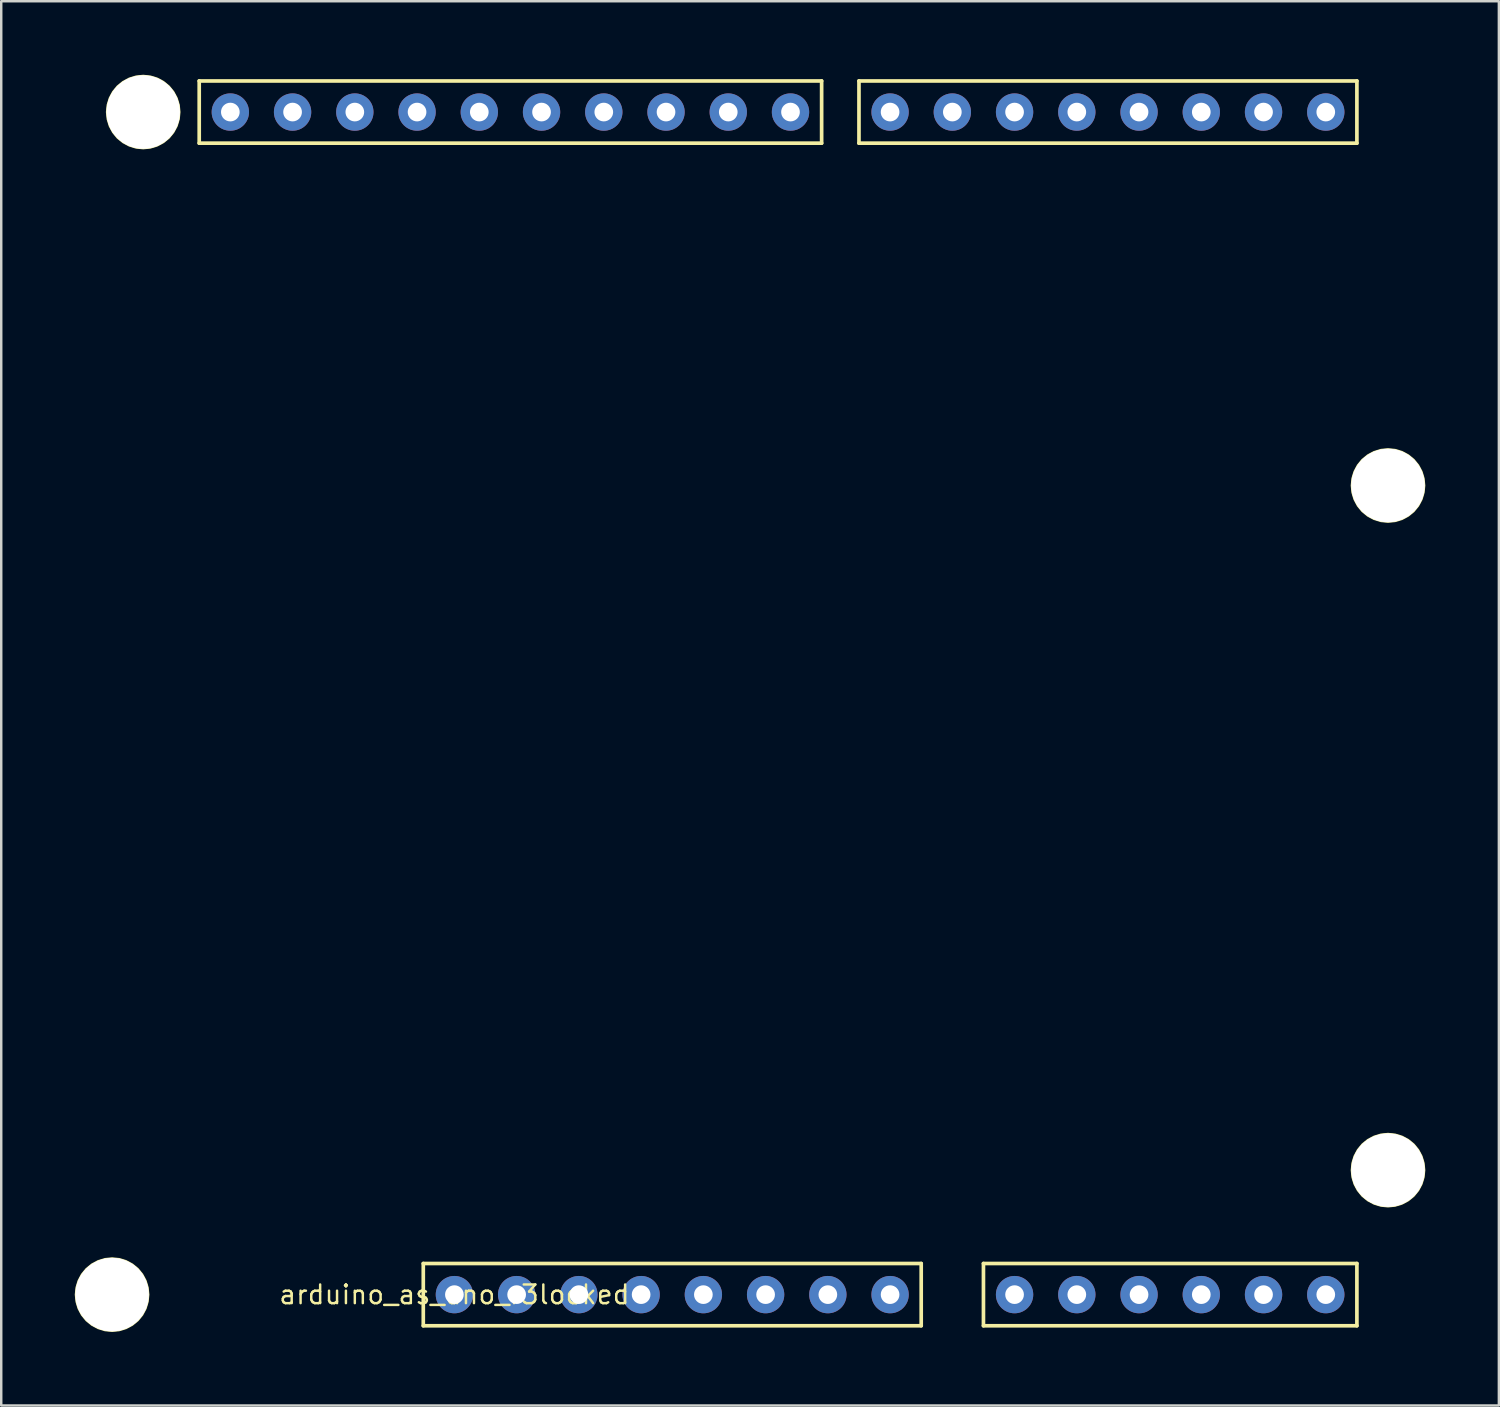
<source format=kicad_pcb>
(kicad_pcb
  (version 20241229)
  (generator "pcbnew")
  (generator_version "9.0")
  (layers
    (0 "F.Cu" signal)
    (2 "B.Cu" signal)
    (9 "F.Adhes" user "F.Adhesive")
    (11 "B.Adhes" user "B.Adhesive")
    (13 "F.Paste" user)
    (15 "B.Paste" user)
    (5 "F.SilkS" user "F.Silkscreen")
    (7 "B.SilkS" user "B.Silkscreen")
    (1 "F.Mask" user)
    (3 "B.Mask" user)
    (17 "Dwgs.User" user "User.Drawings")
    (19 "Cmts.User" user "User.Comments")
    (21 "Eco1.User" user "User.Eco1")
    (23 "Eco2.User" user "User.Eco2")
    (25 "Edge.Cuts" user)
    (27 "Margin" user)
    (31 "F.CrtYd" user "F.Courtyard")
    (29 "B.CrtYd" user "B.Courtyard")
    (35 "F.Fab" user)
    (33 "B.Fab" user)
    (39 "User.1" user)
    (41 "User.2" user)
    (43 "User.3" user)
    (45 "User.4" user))
  (footprint "arduino_as_uno_r3locked"
    (layer "F.Cu")
    (at 15.494 49.783)
    (property "Reference" "arduino_as_uno_r3locked" (at 0 0 0) (layer "F.SilkS") (effects (font (size 0.762 0.762) (thickness 0.1))))
    (attr through_hole)
    (fp_poly (pts (xy -12.47 0) (xy -12.499 -0.293) (xy -12.584 -0.574) (xy -12.723 -0.833) (xy -12.909 -1.061) (xy -13.137 -1.247) (xy -13.396 -1.386) (xy -13.677 -1.471) (xy -13.97 -1.5) (xy -14.263 -1.471) (xy -14.544 -1.386) (xy -14.803 -1.247) (xy -15.031 -1.061) (xy -15.217 -0.833) (xy -15.356 -0.574) (xy -15.441 -0.293) (xy -15.47 0) (xy -15.441 0.293) (xy -15.356 0.574) (xy -15.217 0.833) (xy -15.031 1.061) (xy -14.803 1.247) (xy -14.544 1.386) (xy -14.263 1.471) (xy -13.97 1.5) (xy -13.677 1.471) (xy -13.396 1.386) (xy -13.137 1.247) (xy -12.909 1.061) (xy -12.723 0.833) (xy -12.584 0.574) (xy -12.499 0.293)) (stroke (width 0) (type solid)) (fill yes) (layer "F.Mask"))
    (fp_poly (pts (xy -11.2 -48.26) (xy -11.229 -48.553) (xy -11.314 -48.834) (xy -11.453 -49.093) (xy -11.639 -49.321) (xy -11.867 -49.507) (xy -12.126 -49.646) (xy -12.407 -49.731) (xy -12.7 -49.76) (xy -12.993 -49.731) (xy -13.274 -49.646) (xy -13.533 -49.507) (xy -13.761 -49.321) (xy -13.947 -49.093) (xy -14.086 -48.834) (xy -14.171 -48.553) (xy -14.2 -48.26) (xy -14.171 -47.967) (xy -14.086 -47.686) (xy -13.947 -47.427) (xy -13.761 -47.199) (xy -13.533 -47.013) (xy -13.274 -46.874) (xy -12.993 -46.789) (xy -12.7 -46.76) (xy -12.407 -46.789) (xy -12.126 -46.874) (xy -11.867 -47.013) (xy -11.639 -47.199) (xy -11.453 -47.427) (xy -11.314 -47.686) (xy -11.229 -47.967)) (stroke (width 0) (type solid)) (fill yes) (layer "F.Mask"))
    (fp_poly (pts (xy -8.232 -48.26) (xy -8.25 -48.438) (xy -8.301 -48.609) (xy -8.386 -48.767) (xy -8.499 -48.905) (xy -8.637 -49.018) (xy -8.795 -49.103) (xy -8.966 -49.154) (xy -9.144 -49.172) (xy -9.322 -49.154) (xy -9.493 -49.103) (xy -9.651 -49.018) (xy -9.789 -48.905) (xy -9.902 -48.767) (xy -9.987 -48.609) (xy -10.038 -48.438) (xy -10.056 -48.26) (xy -10.038 -48.082) (xy -9.987 -47.911) (xy -9.902 -47.753) (xy -9.789 -47.615) (xy -9.651 -47.502) (xy -9.493 -47.417) (xy -9.322 -47.366) (xy -9.144 -47.348) (xy -8.966 -47.366) (xy -8.795 -47.417) (xy -8.637 -47.502) (xy -8.499 -47.615) (xy -8.386 -47.753) (xy -8.301 -47.911) (xy -8.25 -48.082)) (stroke (width 0) (type solid)) (fill yes) (layer "F.Mask"))
    (fp_poly (pts (xy -5.692 -48.26) (xy -5.71 -48.438) (xy -5.761 -48.609) (xy -5.846 -48.767) (xy -5.959 -48.905) (xy -6.097 -49.018) (xy -6.255 -49.103) (xy -6.426 -49.154) (xy -6.604 -49.172) (xy -6.782 -49.154) (xy -6.953 -49.103) (xy -7.111 -49.018) (xy -7.249 -48.905) (xy -7.362 -48.767) (xy -7.447 -48.609) (xy -7.498 -48.438) (xy -7.516 -48.26) (xy -7.498 -48.082) (xy -7.447 -47.911) (xy -7.362 -47.753) (xy -7.249 -47.615) (xy -7.111 -47.502) (xy -6.953 -47.417) (xy -6.782 -47.366) (xy -6.604 -47.348) (xy -6.426 -47.366) (xy -6.255 -47.417) (xy -6.097 -47.502) (xy -5.959 -47.615) (xy -5.846 -47.753) (xy -5.761 -47.911) (xy -5.71 -48.082)) (stroke (width 0) (type solid)) (fill yes) (layer "F.Mask"))
    (fp_poly (pts (xy -3.152 -48.26) (xy -3.17 -48.438) (xy -3.221 -48.609) (xy -3.306 -48.767) (xy -3.419 -48.905) (xy -3.557 -49.018) (xy -3.715 -49.103) (xy -3.886 -49.154) (xy -4.064 -49.172) (xy -4.242 -49.154) (xy -4.413 -49.103) (xy -4.571 -49.018) (xy -4.709 -48.905) (xy -4.822 -48.767) (xy -4.907 -48.609) (xy -4.958 -48.438) (xy -4.976 -48.26) (xy -4.958 -48.082) (xy -4.907 -47.911) (xy -4.822 -47.753) (xy -4.709 -47.615) (xy -4.571 -47.502) (xy -4.413 -47.417) (xy -4.242 -47.366) (xy -4.064 -47.348) (xy -3.886 -47.366) (xy -3.715 -47.417) (xy -3.557 -47.502) (xy -3.419 -47.615) (xy -3.306 -47.753) (xy -3.221 -47.911) (xy -3.17 -48.082)) (stroke (width 0) (type solid)) (fill yes) (layer "F.Mask"))
    (fp_poly (pts (xy -0.612 -48.26) (xy -0.63 -48.438) (xy -0.681 -48.609) (xy -0.766 -48.767) (xy -0.879 -48.905) (xy -1.017 -49.018) (xy -1.175 -49.103) (xy -1.346 -49.154) (xy -1.524 -49.172) (xy -1.702 -49.154) (xy -1.873 -49.103) (xy -2.031 -49.018) (xy -2.169 -48.905) (xy -2.282 -48.767) (xy -2.367 -48.609) (xy -2.418 -48.438) (xy -2.436 -48.26) (xy -2.418 -48.082) (xy -2.367 -47.911) (xy -2.282 -47.753) (xy -2.169 -47.615) (xy -2.031 -47.502) (xy -1.873 -47.417) (xy -1.702 -47.366) (xy -1.524 -47.348) (xy -1.346 -47.366) (xy -1.175 -47.417) (xy -1.017 -47.502) (xy -0.879 -47.615) (xy -0.766 -47.753) (xy -0.681 -47.911) (xy -0.63 -48.082)) (stroke (width 0) (type solid)) (fill yes) (layer "F.Mask"))
    (fp_poly (pts (xy 0.912 0) (xy 0.894 -0.178) (xy 0.843 -0.349) (xy 0.758 -0.507) (xy 0.645 -0.645) (xy 0.507 -0.758) (xy 0.349 -0.843) (xy 0.178 -0.894) (xy 0 -0.912) (xy -0.178 -0.894) (xy -0.349 -0.843) (xy -0.507 -0.758) (xy -0.645 -0.645) (xy -0.758 -0.507) (xy -0.843 -0.349) (xy -0.894 -0.178) (xy -0.912 0) (xy -0.894 0.178) (xy -0.843 0.349) (xy -0.758 0.507) (xy -0.645 0.645) (xy -0.507 0.758) (xy -0.349 0.843) (xy -0.178 0.894) (xy 0 0.912) (xy 0.178 0.894) (xy 0.349 0.843) (xy 0.507 0.758) (xy 0.645 0.645) (xy 0.758 0.507) (xy 0.843 0.349) (xy 0.894 0.178)) (stroke (width 0) (type solid)) (fill yes) (layer "F.Mask"))
    (fp_poly (pts (xy 1.928 -48.26) (xy 1.91 -48.438) (xy 1.859 -48.609) (xy 1.774 -48.767) (xy 1.661 -48.905) (xy 1.523 -49.018) (xy 1.365 -49.103) (xy 1.194 -49.154) (xy 1.016 -49.172) (xy 0.838 -49.154) (xy 0.667 -49.103) (xy 0.509 -49.018) (xy 0.371 -48.905) (xy 0.258 -48.767) (xy 0.173 -48.609) (xy 0.122 -48.438) (xy 0.104 -48.26) (xy 0.122 -48.082) (xy 0.173 -47.911) (xy 0.258 -47.753) (xy 0.371 -47.615) (xy 0.509 -47.502) (xy 0.667 -47.417) (xy 0.838 -47.366) (xy 1.016 -47.348) (xy 1.194 -47.366) (xy 1.365 -47.417) (xy 1.523 -47.502) (xy 1.661 -47.615) (xy 1.774 -47.753) (xy 1.859 -47.911) (xy 1.91 -48.082)) (stroke (width 0) (type solid)) (fill yes) (layer "F.Mask"))
    (fp_poly (pts (xy 3.452 0) (xy 3.434 -0.178) (xy 3.383 -0.349) (xy 3.298 -0.507) (xy 3.185 -0.645) (xy 3.047 -0.758) (xy 2.889 -0.843) (xy 2.718 -0.894) (xy 2.54 -0.912) (xy 2.362 -0.894) (xy 2.191 -0.843) (xy 2.033 -0.758) (xy 1.895 -0.645) (xy 1.782 -0.507) (xy 1.697 -0.349) (xy 1.646 -0.178) (xy 1.628 0) (xy 1.646 0.178) (xy 1.697 0.349) (xy 1.782 0.507) (xy 1.895 0.645) (xy 2.033 0.758) (xy 2.191 0.843) (xy 2.362 0.894) (xy 2.54 0.912) (xy 2.718 0.894) (xy 2.889 0.843) (xy 3.047 0.758) (xy 3.185 0.645) (xy 3.298 0.507) (xy 3.383 0.349) (xy 3.434 0.178)) (stroke (width 0) (type solid)) (fill yes) (layer "F.Mask"))
    (fp_poly (pts (xy 4.468 -48.26) (xy 4.45 -48.438) (xy 4.399 -48.609) (xy 4.314 -48.767) (xy 4.201 -48.905) (xy 4.063 -49.018) (xy 3.905 -49.103) (xy 3.734 -49.154) (xy 3.556 -49.172) (xy 3.378 -49.154) (xy 3.207 -49.103) (xy 3.049 -49.018) (xy 2.911 -48.905) (xy 2.798 -48.767) (xy 2.713 -48.609) (xy 2.662 -48.438) (xy 2.644 -48.26) (xy 2.662 -48.082) (xy 2.713 -47.911) (xy 2.798 -47.753) (xy 2.911 -47.615) (xy 3.049 -47.502) (xy 3.207 -47.417) (xy 3.378 -47.366) (xy 3.556 -47.348) (xy 3.734 -47.366) (xy 3.905 -47.417) (xy 4.063 -47.502) (xy 4.201 -47.615) (xy 4.314 -47.753) (xy 4.399 -47.911) (xy 4.45 -48.082)) (stroke (width 0) (type solid)) (fill yes) (layer "F.Mask"))
    (fp_poly (pts (xy 5.992 0) (xy 5.974 -0.178) (xy 5.923 -0.349) (xy 5.838 -0.507) (xy 5.725 -0.645) (xy 5.587 -0.758) (xy 5.429 -0.843) (xy 5.258 -0.894) (xy 5.08 -0.912) (xy 4.902 -0.894) (xy 4.731 -0.843) (xy 4.573 -0.758) (xy 4.435 -0.645) (xy 4.322 -0.507) (xy 4.237 -0.349) (xy 4.186 -0.178) (xy 4.168 0) (xy 4.186 0.178) (xy 4.237 0.349) (xy 4.322 0.507) (xy 4.435 0.645) (xy 4.573 0.758) (xy 4.731 0.843) (xy 4.902 0.894) (xy 5.08 0.912) (xy 5.258 0.894) (xy 5.429 0.843) (xy 5.587 0.758) (xy 5.725 0.645) (xy 5.838 0.507) (xy 5.923 0.349) (xy 5.974 0.178)) (stroke (width 0) (type solid)) (fill yes) (layer "F.Mask"))
    (fp_poly (pts (xy 7.008 -48.26) (xy 6.99 -48.438) (xy 6.939 -48.609) (xy 6.854 -48.767) (xy 6.741 -48.905) (xy 6.603 -49.018) (xy 6.445 -49.103) (xy 6.274 -49.154) (xy 6.096 -49.172) (xy 5.918 -49.154) (xy 5.747 -49.103) (xy 5.589 -49.018) (xy 5.451 -48.905) (xy 5.338 -48.767) (xy 5.253 -48.609) (xy 5.202 -48.438) (xy 5.184 -48.26) (xy 5.202 -48.082) (xy 5.253 -47.911) (xy 5.338 -47.753) (xy 5.451 -47.615) (xy 5.589 -47.502) (xy 5.747 -47.417) (xy 5.918 -47.366) (xy 6.096 -47.348) (xy 6.274 -47.366) (xy 6.445 -47.417) (xy 6.603 -47.502) (xy 6.741 -47.615) (xy 6.854 -47.753) (xy 6.939 -47.911) (xy 6.99 -48.082)) (stroke (width 0) (type solid)) (fill yes) (layer "F.Mask"))
    (fp_poly (pts (xy 8.532 0) (xy 8.514 -0.178) (xy 8.463 -0.349) (xy 8.378 -0.507) (xy 8.265 -0.645) (xy 8.127 -0.758) (xy 7.969 -0.843) (xy 7.798 -0.894) (xy 7.62 -0.912) (xy 7.442 -0.894) (xy 7.271 -0.843) (xy 7.113 -0.758) (xy 6.975 -0.645) (xy 6.862 -0.507) (xy 6.777 -0.349) (xy 6.726 -0.178) (xy 6.708 0) (xy 6.726 0.178) (xy 6.777 0.349) (xy 6.862 0.507) (xy 6.975 0.645) (xy 7.113 0.758) (xy 7.271 0.843) (xy 7.442 0.894) (xy 7.62 0.912) (xy 7.798 0.894) (xy 7.969 0.843) (xy 8.127 0.758) (xy 8.265 0.645) (xy 8.378 0.507) (xy 8.463 0.349) (xy 8.514 0.178)) (stroke (width 0) (type solid)) (fill yes) (layer "F.Mask"))
    (fp_poly (pts (xy 9.548 -48.26) (xy 9.53 -48.438) (xy 9.479 -48.609) (xy 9.394 -48.767) (xy 9.281 -48.905) (xy 9.143 -49.018) (xy 8.985 -49.103) (xy 8.814 -49.154) (xy 8.636 -49.172) (xy 8.458 -49.154) (xy 8.287 -49.103) (xy 8.129 -49.018) (xy 7.991 -48.905) (xy 7.878 -48.767) (xy 7.793 -48.609) (xy 7.742 -48.438) (xy 7.724 -48.26) (xy 7.742 -48.082) (xy 7.793 -47.911) (xy 7.878 -47.753) (xy 7.991 -47.615) (xy 8.129 -47.502) (xy 8.287 -47.417) (xy 8.458 -47.366) (xy 8.636 -47.348) (xy 8.814 -47.366) (xy 8.985 -47.417) (xy 9.143 -47.502) (xy 9.281 -47.615) (xy 9.394 -47.753) (xy 9.479 -47.911) (xy 9.53 -48.082)) (stroke (width 0) (type solid)) (fill yes) (layer "F.Mask"))
    (fp_poly (pts (xy 11.072 0) (xy 11.054 -0.178) (xy 11.003 -0.349) (xy 10.918 -0.507) (xy 10.805 -0.645) (xy 10.667 -0.758) (xy 10.509 -0.843) (xy 10.338 -0.894) (xy 10.16 -0.912) (xy 9.982 -0.894) (xy 9.811 -0.843) (xy 9.653 -0.758) (xy 9.515 -0.645) (xy 9.402 -0.507) (xy 9.317 -0.349) (xy 9.266 -0.178) (xy 9.248 0) (xy 9.266 0.178) (xy 9.317 0.349) (xy 9.402 0.507) (xy 9.515 0.645) (xy 9.653 0.758) (xy 9.811 0.843) (xy 9.982 0.894) (xy 10.16 0.912) (xy 10.338 0.894) (xy 10.509 0.843) (xy 10.667 0.758) (xy 10.805 0.645) (xy 10.918 0.507) (xy 11.003 0.349) (xy 11.054 0.178)) (stroke (width 0) (type solid)) (fill yes) (layer "F.Mask"))
    (fp_poly (pts (xy 12.088 -48.26) (xy 12.07 -48.438) (xy 12.019 -48.609) (xy 11.934 -48.767) (xy 11.821 -48.905) (xy 11.683 -49.018) (xy 11.525 -49.103) (xy 11.354 -49.154) (xy 11.176 -49.172) (xy 10.998 -49.154) (xy 10.827 -49.103) (xy 10.669 -49.018) (xy 10.531 -48.905) (xy 10.418 -48.767) (xy 10.333 -48.609) (xy 10.282 -48.438) (xy 10.264 -48.26) (xy 10.282 -48.082) (xy 10.333 -47.911) (xy 10.418 -47.753) (xy 10.531 -47.615) (xy 10.669 -47.502) (xy 10.827 -47.417) (xy 10.998 -47.366) (xy 11.176 -47.348) (xy 11.354 -47.366) (xy 11.525 -47.417) (xy 11.683 -47.502) (xy 11.821 -47.615) (xy 11.934 -47.753) (xy 12.019 -47.911) (xy 12.07 -48.082)) (stroke (width 0) (type solid)) (fill yes) (layer "F.Mask"))
    (fp_poly (pts (xy 13.612 0) (xy 13.594 -0.178) (xy 13.543 -0.349) (xy 13.458 -0.507) (xy 13.345 -0.645) (xy 13.207 -0.758) (xy 13.049 -0.843) (xy 12.878 -0.894) (xy 12.7 -0.912) (xy 12.522 -0.894) (xy 12.351 -0.843) (xy 12.193 -0.758) (xy 12.055 -0.645) (xy 11.942 -0.507) (xy 11.857 -0.349) (xy 11.806 -0.178) (xy 11.788 0) (xy 11.806 0.178) (xy 11.857 0.349) (xy 11.942 0.507) (xy 12.055 0.645) (xy 12.193 0.758) (xy 12.351 0.843) (xy 12.522 0.894) (xy 12.7 0.912) (xy 12.878 0.894) (xy 13.049 0.843) (xy 13.207 0.758) (xy 13.345 0.645) (xy 13.458 0.507) (xy 13.543 0.349) (xy 13.594 0.178)) (stroke (width 0) (type solid)) (fill yes) (layer "F.Mask"))
    (fp_poly (pts (xy 14.628 -48.26) (xy 14.61 -48.438) (xy 14.559 -48.609) (xy 14.474 -48.767) (xy 14.361 -48.905) (xy 14.223 -49.018) (xy 14.065 -49.103) (xy 13.894 -49.154) (xy 13.716 -49.172) (xy 13.538 -49.154) (xy 13.367 -49.103) (xy 13.209 -49.018) (xy 13.071 -48.905) (xy 12.958 -48.767) (xy 12.873 -48.609) (xy 12.822 -48.438) (xy 12.804 -48.26) (xy 12.822 -48.082) (xy 12.873 -47.911) (xy 12.958 -47.753) (xy 13.071 -47.615) (xy 13.209 -47.502) (xy 13.367 -47.417) (xy 13.538 -47.366) (xy 13.716 -47.348) (xy 13.894 -47.366) (xy 14.065 -47.417) (xy 14.223 -47.502) (xy 14.361 -47.615) (xy 14.474 -47.753) (xy 14.559 -47.911) (xy 14.61 -48.082)) (stroke (width 0) (type solid)) (fill yes) (layer "F.Mask"))
    (fp_poly (pts (xy 16.152 0) (xy 16.134 -0.178) (xy 16.083 -0.349) (xy 15.998 -0.507) (xy 15.885 -0.645) (xy 15.747 -0.758) (xy 15.589 -0.843) (xy 15.418 -0.894) (xy 15.24 -0.912) (xy 15.062 -0.894) (xy 14.891 -0.843) (xy 14.733 -0.758) (xy 14.595 -0.645) (xy 14.482 -0.507) (xy 14.397 -0.349) (xy 14.346 -0.178) (xy 14.328 0) (xy 14.346 0.178) (xy 14.397 0.349) (xy 14.482 0.507) (xy 14.595 0.645) (xy 14.733 0.758) (xy 14.891 0.843) (xy 15.062 0.894) (xy 15.24 0.912) (xy 15.418 0.894) (xy 15.589 0.843) (xy 15.747 0.758) (xy 15.885 0.645) (xy 15.998 0.507) (xy 16.083 0.349) (xy 16.134 0.178)) (stroke (width 0) (type solid)) (fill yes) (layer "F.Mask"))
    (fp_poly (pts (xy 18.692 -48.26) (xy 18.674 -48.438) (xy 18.623 -48.609) (xy 18.538 -48.767) (xy 18.425 -48.905) (xy 18.287 -49.018) (xy 18.129 -49.103) (xy 17.958 -49.154) (xy 17.78 -49.172) (xy 17.602 -49.154) (xy 17.431 -49.103) (xy 17.273 -49.018) (xy 17.135 -48.905) (xy 17.022 -48.767) (xy 16.937 -48.609) (xy 16.886 -48.438) (xy 16.868 -48.26) (xy 16.886 -48.082) (xy 16.937 -47.911) (xy 17.022 -47.753) (xy 17.135 -47.615) (xy 17.273 -47.502) (xy 17.431 -47.417) (xy 17.602 -47.366) (xy 17.78 -47.348) (xy 17.958 -47.366) (xy 18.129 -47.417) (xy 18.287 -47.502) (xy 18.425 -47.615) (xy 18.538 -47.753) (xy 18.623 -47.911) (xy 18.674 -48.082)) (stroke (width 0) (type solid)) (fill yes) (layer "F.Mask"))
    (fp_poly (pts (xy 18.692 0) (xy 18.674 -0.178) (xy 18.623 -0.349) (xy 18.538 -0.507) (xy 18.425 -0.645) (xy 18.287 -0.758) (xy 18.129 -0.843) (xy 17.958 -0.894) (xy 17.78 -0.912) (xy 17.602 -0.894) (xy 17.431 -0.843) (xy 17.273 -0.758) (xy 17.135 -0.645) (xy 17.022 -0.507) (xy 16.937 -0.349) (xy 16.886 -0.178) (xy 16.868 0) (xy 16.886 0.178) (xy 16.937 0.349) (xy 17.022 0.507) (xy 17.135 0.645) (xy 17.273 0.758) (xy 17.431 0.843) (xy 17.602 0.894) (xy 17.78 0.912) (xy 17.958 0.894) (xy 18.129 0.843) (xy 18.287 0.758) (xy 18.425 0.645) (xy 18.538 0.507) (xy 18.623 0.349) (xy 18.674 0.178)) (stroke (width 0) (type solid)) (fill yes) (layer "F.Mask"))
    (fp_poly (pts (xy 21.232 -48.26) (xy 21.214 -48.438) (xy 21.163 -48.609) (xy 21.078 -48.767) (xy 20.965 -48.905) (xy 20.827 -49.018) (xy 20.669 -49.103) (xy 20.498 -49.154) (xy 20.32 -49.172) (xy 20.142 -49.154) (xy 19.971 -49.103) (xy 19.813 -49.018) (xy 19.675 -48.905) (xy 19.562 -48.767) (xy 19.477 -48.609) (xy 19.426 -48.438) (xy 19.408 -48.26) (xy 19.426 -48.082) (xy 19.477 -47.911) (xy 19.562 -47.753) (xy 19.675 -47.615) (xy 19.813 -47.502) (xy 19.971 -47.417) (xy 20.142 -47.366) (xy 20.32 -47.348) (xy 20.498 -47.366) (xy 20.669 -47.417) (xy 20.827 -47.502) (xy 20.965 -47.615) (xy 21.078 -47.753) (xy 21.163 -47.911) (xy 21.214 -48.082)) (stroke (width 0) (type solid)) (fill yes) (layer "F.Mask"))
    (fp_poly (pts (xy 23.772 -48.26) (xy 23.754 -48.438) (xy 23.703 -48.609) (xy 23.618 -48.767) (xy 23.505 -48.905) (xy 23.367 -49.018) (xy 23.209 -49.103) (xy 23.038 -49.154) (xy 22.86 -49.172) (xy 22.682 -49.154) (xy 22.511 -49.103) (xy 22.353 -49.018) (xy 22.215 -48.905) (xy 22.102 -48.767) (xy 22.017 -48.609) (xy 21.966 -48.438) (xy 21.948 -48.26) (xy 21.966 -48.082) (xy 22.017 -47.911) (xy 22.102 -47.753) (xy 22.215 -47.615) (xy 22.353 -47.502) (xy 22.511 -47.417) (xy 22.682 -47.366) (xy 22.86 -47.348) (xy 23.038 -47.366) (xy 23.209 -47.417) (xy 23.367 -47.502) (xy 23.505 -47.615) (xy 23.618 -47.753) (xy 23.703 -47.911) (xy 23.754 -48.082)) (stroke (width 0) (type solid)) (fill yes) (layer "F.Mask"))
    (fp_poly (pts (xy 23.772 0) (xy 23.754 -0.178) (xy 23.703 -0.349) (xy 23.618 -0.507) (xy 23.505 -0.645) (xy 23.367 -0.758) (xy 23.209 -0.843) (xy 23.038 -0.894) (xy 22.86 -0.912) (xy 22.682 -0.894) (xy 22.511 -0.843) (xy 22.353 -0.758) (xy 22.215 -0.645) (xy 22.102 -0.507) (xy 22.017 -0.349) (xy 21.966 -0.178) (xy 21.948 0) (xy 21.966 0.178) (xy 22.017 0.349) (xy 22.102 0.507) (xy 22.215 0.645) (xy 22.353 0.758) (xy 22.511 0.843) (xy 22.682 0.894) (xy 22.86 0.912) (xy 23.038 0.894) (xy 23.209 0.843) (xy 23.367 0.758) (xy 23.505 0.645) (xy 23.618 0.507) (xy 23.703 0.349) (xy 23.754 0.178)) (stroke (width 0) (type solid)) (fill yes) (layer "F.Mask"))
    (fp_poly (pts (xy 26.312 -48.26) (xy 26.294 -48.438) (xy 26.243 -48.609) (xy 26.158 -48.767) (xy 26.045 -48.905) (xy 25.907 -49.018) (xy 25.749 -49.103) (xy 25.578 -49.154) (xy 25.4 -49.172) (xy 25.222 -49.154) (xy 25.051 -49.103) (xy 24.893 -49.018) (xy 24.755 -48.905) (xy 24.642 -48.767) (xy 24.557 -48.609) (xy 24.506 -48.438) (xy 24.488 -48.26) (xy 24.506 -48.082) (xy 24.557 -47.911) (xy 24.642 -47.753) (xy 24.755 -47.615) (xy 24.893 -47.502) (xy 25.051 -47.417) (xy 25.222 -47.366) (xy 25.4 -47.348) (xy 25.578 -47.366) (xy 25.749 -47.417) (xy 25.907 -47.502) (xy 26.045 -47.615) (xy 26.158 -47.753) (xy 26.243 -47.911) (xy 26.294 -48.082)) (stroke (width 0) (type solid)) (fill yes) (layer "F.Mask"))
    (fp_poly (pts (xy 26.312 0) (xy 26.294 -0.178) (xy 26.243 -0.349) (xy 26.158 -0.507) (xy 26.045 -0.645) (xy 25.907 -0.758) (xy 25.749 -0.843) (xy 25.578 -0.894) (xy 25.4 -0.912) (xy 25.222 -0.894) (xy 25.051 -0.843) (xy 24.893 -0.758) (xy 24.755 -0.645) (xy 24.642 -0.507) (xy 24.557 -0.349) (xy 24.506 -0.178) (xy 24.488 0) (xy 24.506 0.178) (xy 24.557 0.349) (xy 24.642 0.507) (xy 24.755 0.645) (xy 24.893 0.758) (xy 25.051 0.843) (xy 25.222 0.894) (xy 25.4 0.912) (xy 25.578 0.894) (xy 25.749 0.843) (xy 25.907 0.758) (xy 26.045 0.645) (xy 26.158 0.507) (xy 26.243 0.349) (xy 26.294 0.178)) (stroke (width 0) (type solid)) (fill yes) (layer "F.Mask"))
    (fp_poly (pts (xy 28.852 -48.26) (xy 28.834 -48.438) (xy 28.783 -48.609) (xy 28.698 -48.767) (xy 28.585 -48.905) (xy 28.447 -49.018) (xy 28.289 -49.103) (xy 28.118 -49.154) (xy 27.94 -49.172) (xy 27.762 -49.154) (xy 27.591 -49.103) (xy 27.433 -49.018) (xy 27.295 -48.905) (xy 27.182 -48.767) (xy 27.097 -48.609) (xy 27.046 -48.438) (xy 27.028 -48.26) (xy 27.046 -48.082) (xy 27.097 -47.911) (xy 27.182 -47.753) (xy 27.295 -47.615) (xy 27.433 -47.502) (xy 27.591 -47.417) (xy 27.762 -47.366) (xy 27.94 -47.348) (xy 28.118 -47.366) (xy 28.289 -47.417) (xy 28.447 -47.502) (xy 28.585 -47.615) (xy 28.698 -47.753) (xy 28.783 -47.911) (xy 28.834 -48.082)) (stroke (width 0) (type solid)) (fill yes) (layer "F.Mask"))
    (fp_poly (pts (xy 28.852 0) (xy 28.834 -0.178) (xy 28.783 -0.349) (xy 28.698 -0.507) (xy 28.585 -0.645) (xy 28.447 -0.758) (xy 28.289 -0.843) (xy 28.118 -0.894) (xy 27.94 -0.912) (xy 27.762 -0.894) (xy 27.591 -0.843) (xy 27.433 -0.758) (xy 27.295 -0.645) (xy 27.182 -0.507) (xy 27.097 -0.349) (xy 27.046 -0.178) (xy 27.028 0) (xy 27.046 0.178) (xy 27.097 0.349) (xy 27.182 0.507) (xy 27.295 0.645) (xy 27.433 0.758) (xy 27.591 0.843) (xy 27.762 0.894) (xy 27.94 0.912) (xy 28.118 0.894) (xy 28.289 0.843) (xy 28.447 0.758) (xy 28.585 0.645) (xy 28.698 0.507) (xy 28.783 0.349) (xy 28.834 0.178)) (stroke (width 0) (type solid)) (fill yes) (layer "F.Mask"))
    (fp_poly (pts (xy 31.392 -48.26) (xy 31.374 -48.438) (xy 31.323 -48.609) (xy 31.238 -48.767) (xy 31.125 -48.905) (xy 30.987 -49.018) (xy 30.829 -49.103) (xy 30.658 -49.154) (xy 30.48 -49.172) (xy 30.302 -49.154) (xy 30.131 -49.103) (xy 29.973 -49.018) (xy 29.835 -48.905) (xy 29.722 -48.767) (xy 29.637 -48.609) (xy 29.586 -48.438) (xy 29.568 -48.26) (xy 29.586 -48.082) (xy 29.637 -47.911) (xy 29.722 -47.753) (xy 29.835 -47.615) (xy 29.973 -47.502) (xy 30.131 -47.417) (xy 30.302 -47.366) (xy 30.48 -47.348) (xy 30.658 -47.366) (xy 30.829 -47.417) (xy 30.987 -47.502) (xy 31.125 -47.615) (xy 31.238 -47.753) (xy 31.323 -47.911) (xy 31.374 -48.082)) (stroke (width 0) (type solid)) (fill yes) (layer "F.Mask"))
    (fp_poly (pts (xy 31.392 0) (xy 31.374 -0.178) (xy 31.323 -0.349) (xy 31.238 -0.507) (xy 31.125 -0.645) (xy 30.987 -0.758) (xy 30.829 -0.843) (xy 30.658 -0.894) (xy 30.48 -0.912) (xy 30.302 -0.894) (xy 30.131 -0.843) (xy 29.973 -0.758) (xy 29.835 -0.645) (xy 29.722 -0.507) (xy 29.637 -0.349) (xy 29.586 -0.178) (xy 29.568 0) (xy 29.586 0.178) (xy 29.637 0.349) (xy 29.722 0.507) (xy 29.835 0.645) (xy 29.973 0.758) (xy 30.131 0.843) (xy 30.302 0.894) (xy 30.48 0.912) (xy 30.658 0.894) (xy 30.829 0.843) (xy 30.987 0.758) (xy 31.125 0.645) (xy 31.238 0.507) (xy 31.323 0.349) (xy 31.374 0.178)) (stroke (width 0) (type solid)) (fill yes) (layer "F.Mask"))
    (fp_poly (pts (xy 33.932 -48.26) (xy 33.914 -48.438) (xy 33.863 -48.609) (xy 33.778 -48.767) (xy 33.665 -48.905) (xy 33.527 -49.018) (xy 33.369 -49.103) (xy 33.198 -49.154) (xy 33.02 -49.172) (xy 32.842 -49.154) (xy 32.671 -49.103) (xy 32.513 -49.018) (xy 32.375 -48.905) (xy 32.262 -48.767) (xy 32.177 -48.609) (xy 32.126 -48.438) (xy 32.108 -48.26) (xy 32.126 -48.082) (xy 32.177 -47.911) (xy 32.262 -47.753) (xy 32.375 -47.615) (xy 32.513 -47.502) (xy 32.671 -47.417) (xy 32.842 -47.366) (xy 33.02 -47.348) (xy 33.198 -47.366) (xy 33.369 -47.417) (xy 33.527 -47.502) (xy 33.665 -47.615) (xy 33.778 -47.753) (xy 33.863 -47.911) (xy 33.914 -48.082)) (stroke (width 0) (type solid)) (fill yes) (layer "F.Mask"))
    (fp_poly (pts (xy 33.932 0) (xy 33.914 -0.178) (xy 33.863 -0.349) (xy 33.778 -0.507) (xy 33.665 -0.645) (xy 33.527 -0.758) (xy 33.369 -0.843) (xy 33.198 -0.894) (xy 33.02 -0.912) (xy 32.842 -0.894) (xy 32.671 -0.843) (xy 32.513 -0.758) (xy 32.375 -0.645) (xy 32.262 -0.507) (xy 32.177 -0.349) (xy 32.126 -0.178) (xy 32.108 0) (xy 32.126 0.178) (xy 32.177 0.349) (xy 32.262 0.507) (xy 32.375 0.645) (xy 32.513 0.758) (xy 32.671 0.843) (xy 32.842 0.894) (xy 33.02 0.912) (xy 33.198 0.894) (xy 33.369 0.843) (xy 33.527 0.758) (xy 33.665 0.645) (xy 33.778 0.507) (xy 33.863 0.349) (xy 33.914 0.178)) (stroke (width 0) (type solid)) (fill yes) (layer "F.Mask"))
    (fp_poly (pts (xy 36.472 -48.26) (xy 36.454 -48.438) (xy 36.403 -48.609) (xy 36.318 -48.767) (xy 36.205 -48.905) (xy 36.067 -49.018) (xy 35.909 -49.103) (xy 35.738 -49.154) (xy 35.56 -49.172) (xy 35.382 -49.154) (xy 35.211 -49.103) (xy 35.053 -49.018) (xy 34.915 -48.905) (xy 34.802 -48.767) (xy 34.717 -48.609) (xy 34.666 -48.438) (xy 34.648 -48.26) (xy 34.666 -48.082) (xy 34.717 -47.911) (xy 34.802 -47.753) (xy 34.915 -47.615) (xy 35.053 -47.502) (xy 35.211 -47.417) (xy 35.382 -47.366) (xy 35.56 -47.348) (xy 35.738 -47.366) (xy 35.909 -47.417) (xy 36.067 -47.502) (xy 36.205 -47.615) (xy 36.318 -47.753) (xy 36.403 -47.911) (xy 36.454 -48.082)) (stroke (width 0) (type solid)) (fill yes) (layer "F.Mask"))
    (fp_poly (pts (xy 36.472 0) (xy 36.454 -0.178) (xy 36.403 -0.349) (xy 36.318 -0.507) (xy 36.205 -0.645) (xy 36.067 -0.758) (xy 35.909 -0.843) (xy 35.738 -0.894) (xy 35.56 -0.912) (xy 35.382 -0.894) (xy 35.211 -0.843) (xy 35.053 -0.758) (xy 34.915 -0.645) (xy 34.802 -0.507) (xy 34.717 -0.349) (xy 34.666 -0.178) (xy 34.648 0) (xy 34.666 0.178) (xy 34.717 0.349) (xy 34.802 0.507) (xy 34.915 0.645) (xy 35.053 0.758) (xy 35.211 0.843) (xy 35.382 0.894) (xy 35.56 0.912) (xy 35.738 0.894) (xy 35.909 0.843) (xy 36.067 0.758) (xy 36.205 0.645) (xy 36.318 0.507) (xy 36.403 0.349) (xy 36.454 0.178)) (stroke (width 0) (type solid)) (fill yes) (layer "F.Mask"))
    (fp_poly (pts (xy 39.6 -33.02) (xy 39.571 -33.313) (xy 39.486 -33.594) (xy 39.347 -33.853) (xy 39.161 -34.081) (xy 38.933 -34.267) (xy 38.674 -34.406) (xy 38.393 -34.491) (xy 38.1 -34.52) (xy 37.807 -34.491) (xy 37.526 -34.406) (xy 37.267 -34.267) (xy 37.039 -34.081) (xy 36.853 -33.853) (xy 36.714 -33.594) (xy 36.629 -33.313) (xy 36.6 -33.02) (xy 36.629 -32.727) (xy 36.714 -32.446) (xy 36.853 -32.187) (xy 37.039 -31.959) (xy 37.267 -31.773) (xy 37.526 -31.634) (xy 37.807 -31.549) (xy 38.1 -31.52) (xy 38.393 -31.549) (xy 38.674 -31.634) (xy 38.933 -31.773) (xy 39.161 -31.959) (xy 39.347 -32.187) (xy 39.486 -32.446) (xy 39.571 -32.727)) (stroke (width 0) (type solid)) (fill yes) (layer "F.Mask"))
    (fp_poly (pts (xy 39.6 -5.08) (xy 39.571 -5.373) (xy 39.486 -5.654) (xy 39.347 -5.913) (xy 39.161 -6.141) (xy 38.933 -6.327) (xy 38.674 -6.466) (xy 38.393 -6.551) (xy 38.1 -6.58) (xy 37.807 -6.551) (xy 37.526 -6.466) (xy 37.267 -6.327) (xy 37.039 -6.141) (xy 36.853 -5.913) (xy 36.714 -5.654) (xy 36.629 -5.373) (xy 36.6 -5.08) (xy 36.629 -4.787) (xy 36.714 -4.506) (xy 36.853 -4.247) (xy 37.039 -4.019) (xy 37.267 -3.833) (xy 37.526 -3.694) (xy 37.807 -3.609) (xy 38.1 -3.58) (xy 38.393 -3.609) (xy 38.674 -3.694) (xy 38.933 -3.833) (xy 39.161 -4.019) (xy 39.347 -4.247) (xy 39.486 -4.506) (xy 39.571 -4.787)) (stroke (width 0) (type solid)) (fill yes) (layer "F.Mask"))
    (fp_poly (pts (xy -12.47 0) (xy -12.499 -0.293) (xy -12.584 -0.574) (xy -12.723 -0.833) (xy -12.909 -1.061) (xy -13.137 -1.247) (xy -13.396 -1.386) (xy -13.677 -1.471) (xy -13.97 -1.5) (xy -14.263 -1.471) (xy -14.544 -1.386) (xy -14.803 -1.247) (xy -15.031 -1.061) (xy -15.217 -0.833) (xy -15.356 -0.574) (xy -15.441 -0.293) (xy -15.47 0) (xy -15.441 0.293) (xy -15.356 0.574) (xy -15.217 0.833) (xy -15.031 1.061) (xy -14.803 1.247) (xy -14.544 1.386) (xy -14.263 1.471) (xy -13.97 1.5) (xy -13.677 1.471) (xy -13.396 1.386) (xy -13.137 1.247) (xy -12.909 1.061) (xy -12.723 0.833) (xy -12.584 0.574) (xy -12.499 0.293)) (stroke (width 0) (type solid)) (fill yes) (layer "B.Mask"))
    (fp_poly (pts (xy -11.2 -48.26) (xy -11.229 -48.553) (xy -11.314 -48.834) (xy -11.453 -49.093) (xy -11.639 -49.321) (xy -11.867 -49.507) (xy -12.126 -49.646) (xy -12.407 -49.731) (xy -12.7 -49.76) (xy -12.993 -49.731) (xy -13.274 -49.646) (xy -13.533 -49.507) (xy -13.761 -49.321) (xy -13.947 -49.093) (xy -14.086 -48.834) (xy -14.171 -48.553) (xy -14.2 -48.26) (xy -14.171 -47.967) (xy -14.086 -47.686) (xy -13.947 -47.427) (xy -13.761 -47.199) (xy -13.533 -47.013) (xy -13.274 -46.874) (xy -12.993 -46.789) (xy -12.7 -46.76) (xy -12.407 -46.789) (xy -12.126 -46.874) (xy -11.867 -47.013) (xy -11.639 -47.199) (xy -11.453 -47.427) (xy -11.314 -47.686) (xy -11.229 -47.967)) (stroke (width 0) (type solid)) (fill yes) (layer "B.Mask"))
    (fp_poly (pts (xy -8.232 -48.26) (xy -8.25 -48.438) (xy -8.301 -48.609) (xy -8.386 -48.767) (xy -8.499 -48.905) (xy -8.637 -49.018) (xy -8.795 -49.103) (xy -8.966 -49.154) (xy -9.144 -49.172) (xy -9.322 -49.154) (xy -9.493 -49.103) (xy -9.651 -49.018) (xy -9.789 -48.905) (xy -9.902 -48.767) (xy -9.987 -48.609) (xy -10.038 -48.438) (xy -10.056 -48.26) (xy -10.038 -48.082) (xy -9.987 -47.911) (xy -9.902 -47.753) (xy -9.789 -47.615) (xy -9.651 -47.502) (xy -9.493 -47.417) (xy -9.322 -47.366) (xy -9.144 -47.348) (xy -8.966 -47.366) (xy -8.795 -47.417) (xy -8.637 -47.502) (xy -8.499 -47.615) (xy -8.386 -47.753) (xy -8.301 -47.911) (xy -8.25 -48.082)) (stroke (width 0) (type solid)) (fill yes) (layer "B.Mask"))
    (fp_poly (pts (xy -5.692 -48.26) (xy -5.71 -48.438) (xy -5.761 -48.609) (xy -5.846 -48.767) (xy -5.959 -48.905) (xy -6.097 -49.018) (xy -6.255 -49.103) (xy -6.426 -49.154) (xy -6.604 -49.172) (xy -6.782 -49.154) (xy -6.953 -49.103) (xy -7.111 -49.018) (xy -7.249 -48.905) (xy -7.362 -48.767) (xy -7.447 -48.609) (xy -7.498 -48.438) (xy -7.516 -48.26) (xy -7.498 -48.082) (xy -7.447 -47.911) (xy -7.362 -47.753) (xy -7.249 -47.615) (xy -7.111 -47.502) (xy -6.953 -47.417) (xy -6.782 -47.366) (xy -6.604 -47.348) (xy -6.426 -47.366) (xy -6.255 -47.417) (xy -6.097 -47.502) (xy -5.959 -47.615) (xy -5.846 -47.753) (xy -5.761 -47.911) (xy -5.71 -48.082)) (stroke (width 0) (type solid)) (fill yes) (layer "B.Mask"))
    (fp_poly (pts (xy -3.152 -48.26) (xy -3.17 -48.438) (xy -3.221 -48.609) (xy -3.306 -48.767) (xy -3.419 -48.905) (xy -3.557 -49.018) (xy -3.715 -49.103) (xy -3.886 -49.154) (xy -4.064 -49.172) (xy -4.242 -49.154) (xy -4.413 -49.103) (xy -4.571 -49.018) (xy -4.709 -48.905) (xy -4.822 -48.767) (xy -4.907 -48.609) (xy -4.958 -48.438) (xy -4.976 -48.26) (xy -4.958 -48.082) (xy -4.907 -47.911) (xy -4.822 -47.753) (xy -4.709 -47.615) (xy -4.571 -47.502) (xy -4.413 -47.417) (xy -4.242 -47.366) (xy -4.064 -47.348) (xy -3.886 -47.366) (xy -3.715 -47.417) (xy -3.557 -47.502) (xy -3.419 -47.615) (xy -3.306 -47.753) (xy -3.221 -47.911) (xy -3.17 -48.082)) (stroke (width 0) (type solid)) (fill yes) (layer "B.Mask"))
    (fp_poly (pts (xy -0.612 -48.26) (xy -0.63 -48.438) (xy -0.681 -48.609) (xy -0.766 -48.767) (xy -0.879 -48.905) (xy -1.017 -49.018) (xy -1.175 -49.103) (xy -1.346 -49.154) (xy -1.524 -49.172) (xy -1.702 -49.154) (xy -1.873 -49.103) (xy -2.031 -49.018) (xy -2.169 -48.905) (xy -2.282 -48.767) (xy -2.367 -48.609) (xy -2.418 -48.438) (xy -2.436 -48.26) (xy -2.418 -48.082) (xy -2.367 -47.911) (xy -2.282 -47.753) (xy -2.169 -47.615) (xy -2.031 -47.502) (xy -1.873 -47.417) (xy -1.702 -47.366) (xy -1.524 -47.348) (xy -1.346 -47.366) (xy -1.175 -47.417) (xy -1.017 -47.502) (xy -0.879 -47.615) (xy -0.766 -47.753) (xy -0.681 -47.911) (xy -0.63 -48.082)) (stroke (width 0) (type solid)) (fill yes) (layer "B.Mask"))
    (fp_poly (pts (xy 0.912 0) (xy 0.894 -0.178) (xy 0.843 -0.349) (xy 0.758 -0.507) (xy 0.645 -0.645) (xy 0.507 -0.758) (xy 0.349 -0.843) (xy 0.178 -0.894) (xy 0 -0.912) (xy -0.178 -0.894) (xy -0.349 -0.843) (xy -0.507 -0.758) (xy -0.645 -0.645) (xy -0.758 -0.507) (xy -0.843 -0.349) (xy -0.894 -0.178) (xy -0.912 0) (xy -0.894 0.178) (xy -0.843 0.349) (xy -0.758 0.507) (xy -0.645 0.645) (xy -0.507 0.758) (xy -0.349 0.843) (xy -0.178 0.894) (xy 0 0.912) (xy 0.178 0.894) (xy 0.349 0.843) (xy 0.507 0.758) (xy 0.645 0.645) (xy 0.758 0.507) (xy 0.843 0.349) (xy 0.894 0.178)) (stroke (width 0) (type solid)) (fill yes) (layer "B.Mask"))
    (fp_poly (pts (xy 1.928 -48.26) (xy 1.91 -48.438) (xy 1.859 -48.609) (xy 1.774 -48.767) (xy 1.661 -48.905) (xy 1.523 -49.018) (xy 1.365 -49.103) (xy 1.194 -49.154) (xy 1.016 -49.172) (xy 0.838 -49.154) (xy 0.667 -49.103) (xy 0.509 -49.018) (xy 0.371 -48.905) (xy 0.258 -48.767) (xy 0.173 -48.609) (xy 0.122 -48.438) (xy 0.104 -48.26) (xy 0.122 -48.082) (xy 0.173 -47.911) (xy 0.258 -47.753) (xy 0.371 -47.615) (xy 0.509 -47.502) (xy 0.667 -47.417) (xy 0.838 -47.366) (xy 1.016 -47.348) (xy 1.194 -47.366) (xy 1.365 -47.417) (xy 1.523 -47.502) (xy 1.661 -47.615) (xy 1.774 -47.753) (xy 1.859 -47.911) (xy 1.91 -48.082)) (stroke (width 0) (type solid)) (fill yes) (layer "B.Mask"))
    (fp_poly (pts (xy 3.452 0) (xy 3.434 -0.178) (xy 3.383 -0.349) (xy 3.298 -0.507) (xy 3.185 -0.645) (xy 3.047 -0.758) (xy 2.889 -0.843) (xy 2.718 -0.894) (xy 2.54 -0.912) (xy 2.362 -0.894) (xy 2.191 -0.843) (xy 2.033 -0.758) (xy 1.895 -0.645) (xy 1.782 -0.507) (xy 1.697 -0.349) (xy 1.646 -0.178) (xy 1.628 0) (xy 1.646 0.178) (xy 1.697 0.349) (xy 1.782 0.507) (xy 1.895 0.645) (xy 2.033 0.758) (xy 2.191 0.843) (xy 2.362 0.894) (xy 2.54 0.912) (xy 2.718 0.894) (xy 2.889 0.843) (xy 3.047 0.758) (xy 3.185 0.645) (xy 3.298 0.507) (xy 3.383 0.349) (xy 3.434 0.178)) (stroke (width 0) (type solid)) (fill yes) (layer "B.Mask"))
    (fp_poly (pts (xy 4.468 -48.26) (xy 4.45 -48.438) (xy 4.399 -48.609) (xy 4.314 -48.767) (xy 4.201 -48.905) (xy 4.063 -49.018) (xy 3.905 -49.103) (xy 3.734 -49.154) (xy 3.556 -49.172) (xy 3.378 -49.154) (xy 3.207 -49.103) (xy 3.049 -49.018) (xy 2.911 -48.905) (xy 2.798 -48.767) (xy 2.713 -48.609) (xy 2.662 -48.438) (xy 2.644 -48.26) (xy 2.662 -48.082) (xy 2.713 -47.911) (xy 2.798 -47.753) (xy 2.911 -47.615) (xy 3.049 -47.502) (xy 3.207 -47.417) (xy 3.378 -47.366) (xy 3.556 -47.348) (xy 3.734 -47.366) (xy 3.905 -47.417) (xy 4.063 -47.502) (xy 4.201 -47.615) (xy 4.314 -47.753) (xy 4.399 -47.911) (xy 4.45 -48.082)) (stroke (width 0) (type solid)) (fill yes) (layer "B.Mask"))
    (fp_poly (pts (xy 5.992 0) (xy 5.974 -0.178) (xy 5.923 -0.349) (xy 5.838 -0.507) (xy 5.725 -0.645) (xy 5.587 -0.758) (xy 5.429 -0.843) (xy 5.258 -0.894) (xy 5.08 -0.912) (xy 4.902 -0.894) (xy 4.731 -0.843) (xy 4.573 -0.758) (xy 4.435 -0.645) (xy 4.322 -0.507) (xy 4.237 -0.349) (xy 4.186 -0.178) (xy 4.168 0) (xy 4.186 0.178) (xy 4.237 0.349) (xy 4.322 0.507) (xy 4.435 0.645) (xy 4.573 0.758) (xy 4.731 0.843) (xy 4.902 0.894) (xy 5.08 0.912) (xy 5.258 0.894) (xy 5.429 0.843) (xy 5.587 0.758) (xy 5.725 0.645) (xy 5.838 0.507) (xy 5.923 0.349) (xy 5.974 0.178)) (stroke (width 0) (type solid)) (fill yes) (layer "B.Mask"))
    (fp_poly (pts (xy 7.008 -48.26) (xy 6.99 -48.438) (xy 6.939 -48.609) (xy 6.854 -48.767) (xy 6.741 -48.905) (xy 6.603 -49.018) (xy 6.445 -49.103) (xy 6.274 -49.154) (xy 6.096 -49.172) (xy 5.918 -49.154) (xy 5.747 -49.103) (xy 5.589 -49.018) (xy 5.451 -48.905) (xy 5.338 -48.767) (xy 5.253 -48.609) (xy 5.202 -48.438) (xy 5.184 -48.26) (xy 5.202 -48.082) (xy 5.253 -47.911) (xy 5.338 -47.753) (xy 5.451 -47.615) (xy 5.589 -47.502) (xy 5.747 -47.417) (xy 5.918 -47.366) (xy 6.096 -47.348) (xy 6.274 -47.366) (xy 6.445 -47.417) (xy 6.603 -47.502) (xy 6.741 -47.615) (xy 6.854 -47.753) (xy 6.939 -47.911) (xy 6.99 -48.082)) (stroke (width 0) (type solid)) (fill yes) (layer "B.Mask"))
    (fp_poly (pts (xy 8.532 0) (xy 8.514 -0.178) (xy 8.463 -0.349) (xy 8.378 -0.507) (xy 8.265 -0.645) (xy 8.127 -0.758) (xy 7.969 -0.843) (xy 7.798 -0.894) (xy 7.62 -0.912) (xy 7.442 -0.894) (xy 7.271 -0.843) (xy 7.113 -0.758) (xy 6.975 -0.645) (xy 6.862 -0.507) (xy 6.777 -0.349) (xy 6.726 -0.178) (xy 6.708 0) (xy 6.726 0.178) (xy 6.777 0.349) (xy 6.862 0.507) (xy 6.975 0.645) (xy 7.113 0.758) (xy 7.271 0.843) (xy 7.442 0.894) (xy 7.62 0.912) (xy 7.798 0.894) (xy 7.969 0.843) (xy 8.127 0.758) (xy 8.265 0.645) (xy 8.378 0.507) (xy 8.463 0.349) (xy 8.514 0.178)) (stroke (width 0) (type solid)) (fill yes) (layer "B.Mask"))
    (fp_poly (pts (xy 9.548 -48.26) (xy 9.53 -48.438) (xy 9.479 -48.609) (xy 9.394 -48.767) (xy 9.281 -48.905) (xy 9.143 -49.018) (xy 8.985 -49.103) (xy 8.814 -49.154) (xy 8.636 -49.172) (xy 8.458 -49.154) (xy 8.287 -49.103) (xy 8.129 -49.018) (xy 7.991 -48.905) (xy 7.878 -48.767) (xy 7.793 -48.609) (xy 7.742 -48.438) (xy 7.724 -48.26) (xy 7.742 -48.082) (xy 7.793 -47.911) (xy 7.878 -47.753) (xy 7.991 -47.615) (xy 8.129 -47.502) (xy 8.287 -47.417) (xy 8.458 -47.366) (xy 8.636 -47.348) (xy 8.814 -47.366) (xy 8.985 -47.417) (xy 9.143 -47.502) (xy 9.281 -47.615) (xy 9.394 -47.753) (xy 9.479 -47.911) (xy 9.53 -48.082)) (stroke (width 0) (type solid)) (fill yes) (layer "B.Mask"))
    (fp_poly (pts (xy 11.072 0) (xy 11.054 -0.178) (xy 11.003 -0.349) (xy 10.918 -0.507) (xy 10.805 -0.645) (xy 10.667 -0.758) (xy 10.509 -0.843) (xy 10.338 -0.894) (xy 10.16 -0.912) (xy 9.982 -0.894) (xy 9.811 -0.843) (xy 9.653 -0.758) (xy 9.515 -0.645) (xy 9.402 -0.507) (xy 9.317 -0.349) (xy 9.266 -0.178) (xy 9.248 0) (xy 9.266 0.178) (xy 9.317 0.349) (xy 9.402 0.507) (xy 9.515 0.645) (xy 9.653 0.758) (xy 9.811 0.843) (xy 9.982 0.894) (xy 10.16 0.912) (xy 10.338 0.894) (xy 10.509 0.843) (xy 10.667 0.758) (xy 10.805 0.645) (xy 10.918 0.507) (xy 11.003 0.349) (xy 11.054 0.178)) (stroke (width 0) (type solid)) (fill yes) (layer "B.Mask"))
    (fp_poly (pts (xy 12.088 -48.26) (xy 12.07 -48.438) (xy 12.019 -48.609) (xy 11.934 -48.767) (xy 11.821 -48.905) (xy 11.683 -49.018) (xy 11.525 -49.103) (xy 11.354 -49.154) (xy 11.176 -49.172) (xy 10.998 -49.154) (xy 10.827 -49.103) (xy 10.669 -49.018) (xy 10.531 -48.905) (xy 10.418 -48.767) (xy 10.333 -48.609) (xy 10.282 -48.438) (xy 10.264 -48.26) (xy 10.282 -48.082) (xy 10.333 -47.911) (xy 10.418 -47.753) (xy 10.531 -47.615) (xy 10.669 -47.502) (xy 10.827 -47.417) (xy 10.998 -47.366) (xy 11.176 -47.348) (xy 11.354 -47.366) (xy 11.525 -47.417) (xy 11.683 -47.502) (xy 11.821 -47.615) (xy 11.934 -47.753) (xy 12.019 -47.911) (xy 12.07 -48.082)) (stroke (width 0) (type solid)) (fill yes) (layer "B.Mask"))
    (fp_poly (pts (xy 13.612 0) (xy 13.594 -0.178) (xy 13.543 -0.349) (xy 13.458 -0.507) (xy 13.345 -0.645) (xy 13.207 -0.758) (xy 13.049 -0.843) (xy 12.878 -0.894) (xy 12.7 -0.912) (xy 12.522 -0.894) (xy 12.351 -0.843) (xy 12.193 -0.758) (xy 12.055 -0.645) (xy 11.942 -0.507) (xy 11.857 -0.349) (xy 11.806 -0.178) (xy 11.788 0) (xy 11.806 0.178) (xy 11.857 0.349) (xy 11.942 0.507) (xy 12.055 0.645) (xy 12.193 0.758) (xy 12.351 0.843) (xy 12.522 0.894) (xy 12.7 0.912) (xy 12.878 0.894) (xy 13.049 0.843) (xy 13.207 0.758) (xy 13.345 0.645) (xy 13.458 0.507) (xy 13.543 0.349) (xy 13.594 0.178)) (stroke (width 0) (type solid)) (fill yes) (layer "B.Mask"))
    (fp_poly (pts (xy 14.628 -48.26) (xy 14.61 -48.438) (xy 14.559 -48.609) (xy 14.474 -48.767) (xy 14.361 -48.905) (xy 14.223 -49.018) (xy 14.065 -49.103) (xy 13.894 -49.154) (xy 13.716 -49.172) (xy 13.538 -49.154) (xy 13.367 -49.103) (xy 13.209 -49.018) (xy 13.071 -48.905) (xy 12.958 -48.767) (xy 12.873 -48.609) (xy 12.822 -48.438) (xy 12.804 -48.26) (xy 12.822 -48.082) (xy 12.873 -47.911) (xy 12.958 -47.753) (xy 13.071 -47.615) (xy 13.209 -47.502) (xy 13.367 -47.417) (xy 13.538 -47.366) (xy 13.716 -47.348) (xy 13.894 -47.366) (xy 14.065 -47.417) (xy 14.223 -47.502) (xy 14.361 -47.615) (xy 14.474 -47.753) (xy 14.559 -47.911) (xy 14.61 -48.082)) (stroke (width 0) (type solid)) (fill yes) (layer "B.Mask"))
    (fp_poly (pts (xy 16.152 0) (xy 16.134 -0.178) (xy 16.083 -0.349) (xy 15.998 -0.507) (xy 15.885 -0.645) (xy 15.747 -0.758) (xy 15.589 -0.843) (xy 15.418 -0.894) (xy 15.24 -0.912) (xy 15.062 -0.894) (xy 14.891 -0.843) (xy 14.733 -0.758) (xy 14.595 -0.645) (xy 14.482 -0.507) (xy 14.397 -0.349) (xy 14.346 -0.178) (xy 14.328 0) (xy 14.346 0.178) (xy 14.397 0.349) (xy 14.482 0.507) (xy 14.595 0.645) (xy 14.733 0.758) (xy 14.891 0.843) (xy 15.062 0.894) (xy 15.24 0.912) (xy 15.418 0.894) (xy 15.589 0.843) (xy 15.747 0.758) (xy 15.885 0.645) (xy 15.998 0.507) (xy 16.083 0.349) (xy 16.134 0.178)) (stroke (width 0) (type solid)) (fill yes) (layer "B.Mask"))
    (fp_poly (pts (xy 18.692 -48.26) (xy 18.674 -48.438) (xy 18.623 -48.609) (xy 18.538 -48.767) (xy 18.425 -48.905) (xy 18.287 -49.018) (xy 18.129 -49.103) (xy 17.958 -49.154) (xy 17.78 -49.172) (xy 17.602 -49.154) (xy 17.431 -49.103) (xy 17.273 -49.018) (xy 17.135 -48.905) (xy 17.022 -48.767) (xy 16.937 -48.609) (xy 16.886 -48.438) (xy 16.868 -48.26) (xy 16.886 -48.082) (xy 16.937 -47.911) (xy 17.022 -47.753) (xy 17.135 -47.615) (xy 17.273 -47.502) (xy 17.431 -47.417) (xy 17.602 -47.366) (xy 17.78 -47.348) (xy 17.958 -47.366) (xy 18.129 -47.417) (xy 18.287 -47.502) (xy 18.425 -47.615) (xy 18.538 -47.753) (xy 18.623 -47.911) (xy 18.674 -48.082)) (stroke (width 0) (type solid)) (fill yes) (layer "B.Mask"))
    (fp_poly (pts (xy 18.692 0) (xy 18.674 -0.178) (xy 18.623 -0.349) (xy 18.538 -0.507) (xy 18.425 -0.645) (xy 18.287 -0.758) (xy 18.129 -0.843) (xy 17.958 -0.894) (xy 17.78 -0.912) (xy 17.602 -0.894) (xy 17.431 -0.843) (xy 17.273 -0.758) (xy 17.135 -0.645) (xy 17.022 -0.507) (xy 16.937 -0.349) (xy 16.886 -0.178) (xy 16.868 0) (xy 16.886 0.178) (xy 16.937 0.349) (xy 17.022 0.507) (xy 17.135 0.645) (xy 17.273 0.758) (xy 17.431 0.843) (xy 17.602 0.894) (xy 17.78 0.912) (xy 17.958 0.894) (xy 18.129 0.843) (xy 18.287 0.758) (xy 18.425 0.645) (xy 18.538 0.507) (xy 18.623 0.349) (xy 18.674 0.178)) (stroke (width 0) (type solid)) (fill yes) (layer "B.Mask"))
    (fp_poly (pts (xy 21.232 -48.26) (xy 21.214 -48.438) (xy 21.163 -48.609) (xy 21.078 -48.767) (xy 20.965 -48.905) (xy 20.827 -49.018) (xy 20.669 -49.103) (xy 20.498 -49.154) (xy 20.32 -49.172) (xy 20.142 -49.154) (xy 19.971 -49.103) (xy 19.813 -49.018) (xy 19.675 -48.905) (xy 19.562 -48.767) (xy 19.477 -48.609) (xy 19.426 -48.438) (xy 19.408 -48.26) (xy 19.426 -48.082) (xy 19.477 -47.911) (xy 19.562 -47.753) (xy 19.675 -47.615) (xy 19.813 -47.502) (xy 19.971 -47.417) (xy 20.142 -47.366) (xy 20.32 -47.348) (xy 20.498 -47.366) (xy 20.669 -47.417) (xy 20.827 -47.502) (xy 20.965 -47.615) (xy 21.078 -47.753) (xy 21.163 -47.911) (xy 21.214 -48.082)) (stroke (width 0) (type solid)) (fill yes) (layer "B.Mask"))
    (fp_poly (pts (xy 23.772 -48.26) (xy 23.754 -48.438) (xy 23.703 -48.609) (xy 23.618 -48.767) (xy 23.505 -48.905) (xy 23.367 -49.018) (xy 23.209 -49.103) (xy 23.038 -49.154) (xy 22.86 -49.172) (xy 22.682 -49.154) (xy 22.511 -49.103) (xy 22.353 -49.018) (xy 22.215 -48.905) (xy 22.102 -48.767) (xy 22.017 -48.609) (xy 21.966 -48.438) (xy 21.948 -48.26) (xy 21.966 -48.082) (xy 22.017 -47.911) (xy 22.102 -47.753) (xy 22.215 -47.615) (xy 22.353 -47.502) (xy 22.511 -47.417) (xy 22.682 -47.366) (xy 22.86 -47.348) (xy 23.038 -47.366) (xy 23.209 -47.417) (xy 23.367 -47.502) (xy 23.505 -47.615) (xy 23.618 -47.753) (xy 23.703 -47.911) (xy 23.754 -48.082)) (stroke (width 0) (type solid)) (fill yes) (layer "B.Mask"))
    (fp_poly (pts (xy 23.772 0) (xy 23.754 -0.178) (xy 23.703 -0.349) (xy 23.618 -0.507) (xy 23.505 -0.645) (xy 23.367 -0.758) (xy 23.209 -0.843) (xy 23.038 -0.894) (xy 22.86 -0.912) (xy 22.682 -0.894) (xy 22.511 -0.843) (xy 22.353 -0.758) (xy 22.215 -0.645) (xy 22.102 -0.507) (xy 22.017 -0.349) (xy 21.966 -0.178) (xy 21.948 0) (xy 21.966 0.178) (xy 22.017 0.349) (xy 22.102 0.507) (xy 22.215 0.645) (xy 22.353 0.758) (xy 22.511 0.843) (xy 22.682 0.894) (xy 22.86 0.912) (xy 23.038 0.894) (xy 23.209 0.843) (xy 23.367 0.758) (xy 23.505 0.645) (xy 23.618 0.507) (xy 23.703 0.349) (xy 23.754 0.178)) (stroke (width 0) (type solid)) (fill yes) (layer "B.Mask"))
    (fp_poly (pts (xy 26.312 -48.26) (xy 26.294 -48.438) (xy 26.243 -48.609) (xy 26.158 -48.767) (xy 26.045 -48.905) (xy 25.907 -49.018) (xy 25.749 -49.103) (xy 25.578 -49.154) (xy 25.4 -49.172) (xy 25.222 -49.154) (xy 25.051 -49.103) (xy 24.893 -49.018) (xy 24.755 -48.905) (xy 24.642 -48.767) (xy 24.557 -48.609) (xy 24.506 -48.438) (xy 24.488 -48.26) (xy 24.506 -48.082) (xy 24.557 -47.911) (xy 24.642 -47.753) (xy 24.755 -47.615) (xy 24.893 -47.502) (xy 25.051 -47.417) (xy 25.222 -47.366) (xy 25.4 -47.348) (xy 25.578 -47.366) (xy 25.749 -47.417) (xy 25.907 -47.502) (xy 26.045 -47.615) (xy 26.158 -47.753) (xy 26.243 -47.911) (xy 26.294 -48.082)) (stroke (width 0) (type solid)) (fill yes) (layer "B.Mask"))
    (fp_poly (pts (xy 26.312 0) (xy 26.294 -0.178) (xy 26.243 -0.349) (xy 26.158 -0.507) (xy 26.045 -0.645) (xy 25.907 -0.758) (xy 25.749 -0.843) (xy 25.578 -0.894) (xy 25.4 -0.912) (xy 25.222 -0.894) (xy 25.051 -0.843) (xy 24.893 -0.758) (xy 24.755 -0.645) (xy 24.642 -0.507) (xy 24.557 -0.349) (xy 24.506 -0.178) (xy 24.488 0) (xy 24.506 0.178) (xy 24.557 0.349) (xy 24.642 0.507) (xy 24.755 0.645) (xy 24.893 0.758) (xy 25.051 0.843) (xy 25.222 0.894) (xy 25.4 0.912) (xy 25.578 0.894) (xy 25.749 0.843) (xy 25.907 0.758) (xy 26.045 0.645) (xy 26.158 0.507) (xy 26.243 0.349) (xy 26.294 0.178)) (stroke (width 0) (type solid)) (fill yes) (layer "B.Mask"))
    (fp_poly (pts (xy 28.852 -48.26) (xy 28.834 -48.438) (xy 28.783 -48.609) (xy 28.698 -48.767) (xy 28.585 -48.905) (xy 28.447 -49.018) (xy 28.289 -49.103) (xy 28.118 -49.154) (xy 27.94 -49.172) (xy 27.762 -49.154) (xy 27.591 -49.103) (xy 27.433 -49.018) (xy 27.295 -48.905) (xy 27.182 -48.767) (xy 27.097 -48.609) (xy 27.046 -48.438) (xy 27.028 -48.26) (xy 27.046 -48.082) (xy 27.097 -47.911) (xy 27.182 -47.753) (xy 27.295 -47.615) (xy 27.433 -47.502) (xy 27.591 -47.417) (xy 27.762 -47.366) (xy 27.94 -47.348) (xy 28.118 -47.366) (xy 28.289 -47.417) (xy 28.447 -47.502) (xy 28.585 -47.615) (xy 28.698 -47.753) (xy 28.783 -47.911) (xy 28.834 -48.082)) (stroke (width 0) (type solid)) (fill yes) (layer "B.Mask"))
    (fp_poly (pts (xy 28.852 0) (xy 28.834 -0.178) (xy 28.783 -0.349) (xy 28.698 -0.507) (xy 28.585 -0.645) (xy 28.447 -0.758) (xy 28.289 -0.843) (xy 28.118 -0.894) (xy 27.94 -0.912) (xy 27.762 -0.894) (xy 27.591 -0.843) (xy 27.433 -0.758) (xy 27.295 -0.645) (xy 27.182 -0.507) (xy 27.097 -0.349) (xy 27.046 -0.178) (xy 27.028 0) (xy 27.046 0.178) (xy 27.097 0.349) (xy 27.182 0.507) (xy 27.295 0.645) (xy 27.433 0.758) (xy 27.591 0.843) (xy 27.762 0.894) (xy 27.94 0.912) (xy 28.118 0.894) (xy 28.289 0.843) (xy 28.447 0.758) (xy 28.585 0.645) (xy 28.698 0.507) (xy 28.783 0.349) (xy 28.834 0.178)) (stroke (width 0) (type solid)) (fill yes) (layer "B.Mask"))
    (fp_poly (pts (xy 31.392 -48.26) (xy 31.374 -48.438) (xy 31.323 -48.609) (xy 31.238 -48.767) (xy 31.125 -48.905) (xy 30.987 -49.018) (xy 30.829 -49.103) (xy 30.658 -49.154) (xy 30.48 -49.172) (xy 30.302 -49.154) (xy 30.131 -49.103) (xy 29.973 -49.018) (xy 29.835 -48.905) (xy 29.722 -48.767) (xy 29.637 -48.609) (xy 29.586 -48.438) (xy 29.568 -48.26) (xy 29.586 -48.082) (xy 29.637 -47.911) (xy 29.722 -47.753) (xy 29.835 -47.615) (xy 29.973 -47.502) (xy 30.131 -47.417) (xy 30.302 -47.366) (xy 30.48 -47.348) (xy 30.658 -47.366) (xy 30.829 -47.417) (xy 30.987 -47.502) (xy 31.125 -47.615) (xy 31.238 -47.753) (xy 31.323 -47.911) (xy 31.374 -48.082)) (stroke (width 0) (type solid)) (fill yes) (layer "B.Mask"))
    (fp_poly (pts (xy 31.392 0) (xy 31.374 -0.178) (xy 31.323 -0.349) (xy 31.238 -0.507) (xy 31.125 -0.645) (xy 30.987 -0.758) (xy 30.829 -0.843) (xy 30.658 -0.894) (xy 30.48 -0.912) (xy 30.302 -0.894) (xy 30.131 -0.843) (xy 29.973 -0.758) (xy 29.835 -0.645) (xy 29.722 -0.507) (xy 29.637 -0.349) (xy 29.586 -0.178) (xy 29.568 0) (xy 29.586 0.178) (xy 29.637 0.349) (xy 29.722 0.507) (xy 29.835 0.645) (xy 29.973 0.758) (xy 30.131 0.843) (xy 30.302 0.894) (xy 30.48 0.912) (xy 30.658 0.894) (xy 30.829 0.843) (xy 30.987 0.758) (xy 31.125 0.645) (xy 31.238 0.507) (xy 31.323 0.349) (xy 31.374 0.178)) (stroke (width 0) (type solid)) (fill yes) (layer "B.Mask"))
    (fp_poly (pts (xy 33.932 -48.26) (xy 33.914 -48.438) (xy 33.863 -48.609) (xy 33.778 -48.767) (xy 33.665 -48.905) (xy 33.527 -49.018) (xy 33.369 -49.103) (xy 33.198 -49.154) (xy 33.02 -49.172) (xy 32.842 -49.154) (xy 32.671 -49.103) (xy 32.513 -49.018) (xy 32.375 -48.905) (xy 32.262 -48.767) (xy 32.177 -48.609) (xy 32.126 -48.438) (xy 32.108 -48.26) (xy 32.126 -48.082) (xy 32.177 -47.911) (xy 32.262 -47.753) (xy 32.375 -47.615) (xy 32.513 -47.502) (xy 32.671 -47.417) (xy 32.842 -47.366) (xy 33.02 -47.348) (xy 33.198 -47.366) (xy 33.369 -47.417) (xy 33.527 -47.502) (xy 33.665 -47.615) (xy 33.778 -47.753) (xy 33.863 -47.911) (xy 33.914 -48.082)) (stroke (width 0) (type solid)) (fill yes) (layer "B.Mask"))
    (fp_poly (pts (xy 33.932 0) (xy 33.914 -0.178) (xy 33.863 -0.349) (xy 33.778 -0.507) (xy 33.665 -0.645) (xy 33.527 -0.758) (xy 33.369 -0.843) (xy 33.198 -0.894) (xy 33.02 -0.912) (xy 32.842 -0.894) (xy 32.671 -0.843) (xy 32.513 -0.758) (xy 32.375 -0.645) (xy 32.262 -0.507) (xy 32.177 -0.349) (xy 32.126 -0.178) (xy 32.108 0) (xy 32.126 0.178) (xy 32.177 0.349) (xy 32.262 0.507) (xy 32.375 0.645) (xy 32.513 0.758) (xy 32.671 0.843) (xy 32.842 0.894) (xy 33.02 0.912) (xy 33.198 0.894) (xy 33.369 0.843) (xy 33.527 0.758) (xy 33.665 0.645) (xy 33.778 0.507) (xy 33.863 0.349) (xy 33.914 0.178)) (stroke (width 0) (type solid)) (fill yes) (layer "B.Mask"))
    (fp_poly (pts (xy 36.472 -48.26) (xy 36.454 -48.438) (xy 36.403 -48.609) (xy 36.318 -48.767) (xy 36.205 -48.905) (xy 36.067 -49.018) (xy 35.909 -49.103) (xy 35.738 -49.154) (xy 35.56 -49.172) (xy 35.382 -49.154) (xy 35.211 -49.103) (xy 35.053 -49.018) (xy 34.915 -48.905) (xy 34.802 -48.767) (xy 34.717 -48.609) (xy 34.666 -48.438) (xy 34.648 -48.26) (xy 34.666 -48.082) (xy 34.717 -47.911) (xy 34.802 -47.753) (xy 34.915 -47.615) (xy 35.053 -47.502) (xy 35.211 -47.417) (xy 35.382 -47.366) (xy 35.56 -47.348) (xy 35.738 -47.366) (xy 35.909 -47.417) (xy 36.067 -47.502) (xy 36.205 -47.615) (xy 36.318 -47.753) (xy 36.403 -47.911) (xy 36.454 -48.082)) (stroke (width 0) (type solid)) (fill yes) (layer "B.Mask"))
    (fp_poly (pts (xy 36.472 0) (xy 36.454 -0.178) (xy 36.403 -0.349) (xy 36.318 -0.507) (xy 36.205 -0.645) (xy 36.067 -0.758) (xy 35.909 -0.843) (xy 35.738 -0.894) (xy 35.56 -0.912) (xy 35.382 -0.894) (xy 35.211 -0.843) (xy 35.053 -0.758) (xy 34.915 -0.645) (xy 34.802 -0.507) (xy 34.717 -0.349) (xy 34.666 -0.178) (xy 34.648 0) (xy 34.666 0.178) (xy 34.717 0.349) (xy 34.802 0.507) (xy 34.915 0.645) (xy 35.053 0.758) (xy 35.211 0.843) (xy 35.382 0.894) (xy 35.56 0.912) (xy 35.738 0.894) (xy 35.909 0.843) (xy 36.067 0.758) (xy 36.205 0.645) (xy 36.318 0.507) (xy 36.403 0.349) (xy 36.454 0.178)) (stroke (width 0) (type solid)) (fill yes) (layer "B.Mask"))
    (fp_poly (pts (xy 39.6 -33.02) (xy 39.571 -33.313) (xy 39.486 -33.594) (xy 39.347 -33.853) (xy 39.161 -34.081) (xy 38.933 -34.267) (xy 38.674 -34.406) (xy 38.393 -34.491) (xy 38.1 -34.52) (xy 37.807 -34.491) (xy 37.526 -34.406) (xy 37.267 -34.267) (xy 37.039 -34.081) (xy 36.853 -33.853) (xy 36.714 -33.594) (xy 36.629 -33.313) (xy 36.6 -33.02) (xy 36.629 -32.727) (xy 36.714 -32.446) (xy 36.853 -32.187) (xy 37.039 -31.959) (xy 37.267 -31.773) (xy 37.526 -31.634) (xy 37.807 -31.549) (xy 38.1 -31.52) (xy 38.393 -31.549) (xy 38.674 -31.634) (xy 38.933 -31.773) (xy 39.161 -31.959) (xy 39.347 -32.187) (xy 39.486 -32.446) (xy 39.571 -32.727)) (stroke (width 0) (type solid)) (fill yes) (layer "B.Mask"))
    (fp_poly (pts (xy 39.6 -5.08) (xy 39.571 -5.373) (xy 39.486 -5.654) (xy 39.347 -5.913) (xy 39.161 -6.141) (xy 38.933 -6.327) (xy 38.674 -6.466) (xy 38.393 -6.551) (xy 38.1 -6.58) (xy 37.807 -6.551) (xy 37.526 -6.466) (xy 37.267 -6.327) (xy 37.039 -6.141) (xy 36.853 -5.913) (xy 36.714 -5.654) (xy 36.629 -5.373) (xy 36.6 -5.08) (xy 36.629 -4.787) (xy 36.714 -4.506) (xy 36.853 -4.247) (xy 37.039 -4.019) (xy 37.267 -3.833) (xy 37.526 -3.694) (xy 37.807 -3.609) (xy 38.1 -3.58) (xy 38.393 -3.609) (xy 38.674 -3.694) (xy 38.933 -3.833) (xy 39.161 -4.019) (xy 39.347 -4.247) (xy 39.486 -4.506) (xy 39.571 -4.787)) (stroke (width 0) (type solid)) (fill yes) (layer "B.Mask"))
    (fp_line (start -14.732 0) (end -13.208 0) (stroke (width 0.01) (type solid)) (layer "F.SilkS"))
    (fp_line (start -13.97 -0.762) (end -13.97 0.762) (stroke (width 0.01) (type solid)) (layer "F.SilkS"))
    (fp_line (start -13.208 -48.26) (end -12.192 -48.26) (stroke (width 0.01) (type solid)) (layer "F.SilkS"))
    (fp_line (start -12.7 -48.768) (end -12.7 -47.752) (stroke (width 0.01) (type solid)) (layer "F.SilkS"))
    (fp_line (start -10.414 -49.53) (end 14.986 -49.53) (stroke (width 0.15) (type solid)) (layer "F.SilkS"))
    (fp_line (start -10.414 -46.99) (end -10.414 -49.53) (stroke (width 0.15) (type solid)) (layer "F.SilkS"))
    (fp_line (start -1.27 -1.27) (end 19.05 -1.27) (stroke (width 0.15) (type solid)) (layer "F.SilkS"))
    (fp_line (start -1.27 1.27) (end -1.27 -1.27) (stroke (width 0.15) (type solid)) (layer "F.SilkS"))
    (fp_line (start 14.986 -49.53) (end 14.986 -46.99) (stroke (width 0.15) (type solid)) (layer "F.SilkS"))
    (fp_line (start 14.986 -46.99) (end -10.414 -46.99) (stroke (width 0.15) (type solid)) (layer "F.SilkS"))
    (fp_line (start 16.51 -49.53) (end 36.83 -49.53) (stroke (width 0.15) (type solid)) (layer "F.SilkS"))
    (fp_line (start 16.51 -46.99) (end 16.51 -49.53) (stroke (width 0.15) (type solid)) (layer "F.SilkS"))
    (fp_line (start 19.05 -1.27) (end 19.05 1.27) (stroke (width 0.15) (type solid)) (layer "F.SilkS"))
    (fp_line (start 19.05 1.27) (end -1.27 1.27) (stroke (width 0.15) (type solid)) (layer "F.SilkS"))
    (fp_line (start 21.59 -1.27) (end 36.83 -1.27) (stroke (width 0.15) (type solid)) (layer "F.SilkS"))
    (fp_line (start 21.59 1.27) (end 21.59 -1.27) (stroke (width 0.15) (type solid)) (layer "F.SilkS"))
    (fp_line (start 36.83 -49.53) (end 36.83 -46.99) (stroke (width 0.15) (type solid)) (layer "F.SilkS"))
    (fp_line (start 36.83 -46.99) (end 16.51 -46.99) (stroke (width 0.15) (type solid)) (layer "F.SilkS"))
    (fp_line (start 36.83 -1.27) (end 36.83 1.27) (stroke (width 0.15) (type solid)) (layer "F.SilkS"))
    (fp_line (start 36.83 1.27) (end 21.59 1.27) (stroke (width 0.15) (type solid)) (layer "F.SilkS"))
    (fp_line (start 37.592 -5.08) (end 38.608 -5.08) (stroke (width 0.01) (type solid)) (layer "F.SilkS"))
    (fp_line (start 38.1 -33.528) (end 38.1 -32.512) (stroke (width 0.01) (type solid)) (layer "F.SilkS"))
    (fp_line (start 38.1 -5.588) (end 38.1 -4.572) (stroke (width 0.01) (type solid)) (layer "F.SilkS"))
    (fp_line (start 38.608 -33.02) (end 37.592 -33.02) (stroke (width 0.01) (type solid)) (layer "F.SilkS"))
    (fp_poly (pts (xy -12.446 0) (xy -12.475 -0.297) (xy -12.562 -0.583) (xy -12.703 -0.847) (xy -12.892 -1.078) (xy -13.123 -1.267) (xy -13.387 -1.408) (xy -13.673 -1.495) (xy -13.97 -1.524) (xy -14.267 -1.495) (xy -14.553 -1.408) (xy -14.817 -1.267) (xy -15.048 -1.078) (xy -15.237 -0.847) (xy -15.378 -0.583) (xy -15.465 -0.297) (xy -15.494 0) (xy -15.465 0.297) (xy -15.378 0.583) (xy -15.237 0.847) (xy -15.048 1.078) (xy -14.817 1.267) (xy -14.553 1.408) (xy -14.267 1.495) (xy -13.97 1.524) (xy -13.673 1.495) (xy -13.387 1.408) (xy -13.123 1.267) (xy -12.892 1.078) (xy -12.703 0.847) (xy -12.562 0.583) (xy -12.475 0.297)) (stroke (width 0) (type solid)) (fill yes) (layer "F.SilkS"))
    (fp_poly (pts (xy -11.177 -48.26) (xy -11.206 -48.557) (xy -11.293 -48.843) (xy -11.434 -49.106) (xy -11.623 -49.337) (xy -11.854 -49.526) (xy -12.117 -49.667) (xy -12.403 -49.754) (xy -12.7 -49.783) (xy -12.997 -49.754) (xy -13.283 -49.667) (xy -13.546 -49.526) (xy -13.777 -49.337) (xy -13.966 -49.106) (xy -14.107 -48.843) (xy -14.194 -48.557) (xy -14.223 -48.26) (xy -14.194 -47.963) (xy -14.107 -47.677) (xy -13.966 -47.414) (xy -13.777 -47.183) (xy -13.546 -46.994) (xy -13.283 -46.853) (xy -12.997 -46.766) (xy -12.7 -46.737) (xy -12.403 -46.766) (xy -12.117 -46.853) (xy -11.854 -46.994) (xy -11.623 -47.183) (xy -11.434 -47.414) (xy -11.293 -47.677) (xy -11.206 -47.963)) (stroke (width 0) (type solid)) (fill yes) (layer "F.SilkS"))
    (fp_poly (pts (xy 39.624 -33.02) (xy 39.595 -33.317) (xy 39.508 -33.603) (xy 39.367 -33.867) (xy 39.178 -34.098) (xy 38.947 -34.287) (xy 38.683 -34.428) (xy 38.397 -34.515) (xy 38.1 -34.544) (xy 37.803 -34.515) (xy 37.517 -34.428) (xy 37.253 -34.287) (xy 37.022 -34.098) (xy 36.833 -33.867) (xy 36.692 -33.603) (xy 36.605 -33.317) (xy 36.576 -33.02) (xy 36.605 -32.723) (xy 36.692 -32.437) (xy 36.833 -32.173) (xy 37.022 -31.942) (xy 37.253 -31.753) (xy 37.517 -31.612) (xy 37.803 -31.525) (xy 38.1 -31.496) (xy 38.397 -31.525) (xy 38.683 -31.612) (xy 38.947 -31.753) (xy 39.178 -31.942) (xy 39.367 -32.173) (xy 39.508 -32.437) (xy 39.595 -32.723)) (stroke (width 0) (type solid)) (fill yes) (layer "F.SilkS"))
    (fp_poly (pts (xy 39.624 -5.08) (xy 39.595 -5.377) (xy 39.508 -5.663) (xy 39.367 -5.927) (xy 39.178 -6.158) (xy 38.947 -6.347) (xy 38.683 -6.488) (xy 38.397 -6.575) (xy 38.1 -6.604) (xy 37.803 -6.575) (xy 37.517 -6.488) (xy 37.253 -6.347) (xy 37.022 -6.158) (xy 36.833 -5.927) (xy 36.692 -5.663) (xy 36.605 -5.377) (xy 36.576 -5.08) (xy 36.605 -4.783) (xy 36.692 -4.497) (xy 36.833 -4.233) (xy 37.022 -4.002) (xy 37.253 -3.813) (xy 37.517 -3.672) (xy 37.803 -3.585) (xy 38.1 -3.556) (xy 38.397 -3.585) (xy 38.683 -3.672) (xy 38.947 -3.813) (xy 39.178 -4.002) (xy 39.367 -4.233) (xy 39.508 -4.497) (xy 39.595 -4.783)) (stroke (width 0) (type solid)) (fill yes) (layer "F.SilkS"))
    (pad "" np_thru_hole circle (at -13.97 0) (size 3 3) (drill 3) (layers "*.Cu" "*.Mask"))
    (pad "" np_thru_hole circle (at -12.7 -48.26) (size 3 3) (drill 3) (layers "*.Cu" "*.Mask"))
    (pad "" np_thru_hole circle (at 38.1 -33.02) (size 3 3) (drill 3) (layers "*.Cu" "*.Mask"))
    (pad "" np_thru_hole circle (at 38.1 -5.08) (size 3 3) (drill 3) (layers "*.Cu" "*.Mask"))
    (pad "0" thru_hole circle (at 35.56 -48.26) (size 1.524 1.524) (drill 0.762) (layers "*.Cu"))
    (pad "1" thru_hole circle (at 33.02 -48.26) (size 1.524 1.524) (drill 0.762) (layers "*.Cu"))
    (pad "2" thru_hole circle (at 30.48 -48.26) (size 1.524 1.524) (drill 0.762) (layers "*.Cu"))
    (pad "3" thru_hole circle (at 27.94 -48.26) (size 1.524 1.524) (drill 0.762) (layers "*.Cu"))
    (pad "4" thru_hole circle (at 25.4 -48.26) (size 1.524 1.524) (drill 0.762) (layers "*.Cu"))
    (pad "5" thru_hole circle (at 22.86 -48.26) (size 1.524 1.524) (drill 0.762) (layers "*.Cu"))
    (pad "6" thru_hole circle (at 20.32 -48.26) (size 1.524 1.524) (drill 0.762) (layers "*.Cu"))
    (pad "7" thru_hole circle (at 17.78 -48.26) (size 1.524 1.524) (drill 0.762) (layers "*.Cu"))
    (pad "8" thru_hole circle (at 13.716 -48.26) (size 1.524 1.524) (drill 0.762) (layers "*.Cu"))
    (pad "9" thru_hole circle (at 11.176 -48.26) (size 1.524 1.524) (drill 0.762) (layers "*.Cu"))
    (pad "10" thru_hole circle (at 8.636 -48.26) (size 1.524 1.524) (drill 0.762) (layers "*.Cu"))
    (pad "11" thru_hole circle (at 6.096 -48.26) (size 1.524 1.524) (drill 0.762) (layers "*.Cu"))
    (pad "12" thru_hole circle (at 3.556 -48.26) (size 1.524 1.524) (drill 0.762) (layers "*.Cu"))
    (pad "13" thru_hole circle (at 1.016 -48.26) (size 1.524 1.524) (drill 0.762) (layers "*.Cu"))
    (pad "A0" thru_hole circle (at 22.86 0) (size 1.524 1.524) (drill 0.762) (layers "*.Cu"))
    (pad "A1" thru_hole circle (at 25.4 0) (size 1.524 1.524) (drill 0.762) (layers "*.Cu"))
    (pad "A2" thru_hole circle (at 27.94 0) (size 1.524 1.524) (drill 0.762) (layers "*.Cu"))
    (pad "A3" thru_hole circle (at 30.48 0) (size 1.524 1.524) (drill 0.762) (layers "*.Cu"))
    (pad "A4-1" thru_hole circle (at 33.02 0) (size 1.524 1.524) (drill 0.762) (layers "*.Cu"))
    (pad "A4-2" thru_hole circle (at -6.604 -48.26) (size 1.524 1.524) (drill 0.762) (layers "*.Cu"))
    (pad "A5-1" thru_hole circle (at 35.56 0) (size 1.524 1.524) (drill 0.762) (layers "*.Cu"))
    (pad "A5-2" thru_hole circle (at -9.144 -48.26) (size 1.524 1.524) (drill 0.762) (layers "*.Cu"))
    (pad "AREF" thru_hole circle (at -4.064 -48.26) (size 1.524 1.524) (drill 0.762) (layers "*.Cu"))
    (pad "GND1" thru_hole circle (at 12.7 0) (size 1.524 1.524) (drill 0.762) (layers "*.Cu"))
    (pad "GND2" thru_hole circle (at 15.24 0) (size 1.524 1.524) (drill 0.762) (layers "*.Cu"))
    (pad "GND3" thru_hole circle (at -1.524 -48.26) (size 1.524 1.524) (drill 0.762) (layers "*.Cu"))
    (pad "IREF" thru_hole circle (at 2.54 0) (size 1.524 1.524) (drill 0.762) (layers "*.Cu"))
    (pad "NC" thru_hole circle (at 0 0) (size 1.524 1.524) (drill 0.762) (layers "*.Cu"))
    (pad "RST" thru_hole circle (at 5.08 0) (size 1.524 1.524) (drill 0.762) (layers "*.Cu"))
    (pad "VIN" thru_hole circle (at 17.78 0) (size 1.524 1.524) (drill 0.762) (layers "*.Cu"))
    (pad "p3V3" thru_hole circle (at 7.62 0) (size 1.524 1.524) (drill 0.762) (layers "*.Cu"))
    (pad "p5V" thru_hole circle (at 10.16 0) (size 1.524 1.524) (drill 0.762) (layers "*.Cu")))
  (gr_rect
    (start -3 -3)
    (end 58.118 54.307)
    (stroke (width 0.1) (type default))
    (fill no)
    (layer "Edge.Cuts")))
</source>
